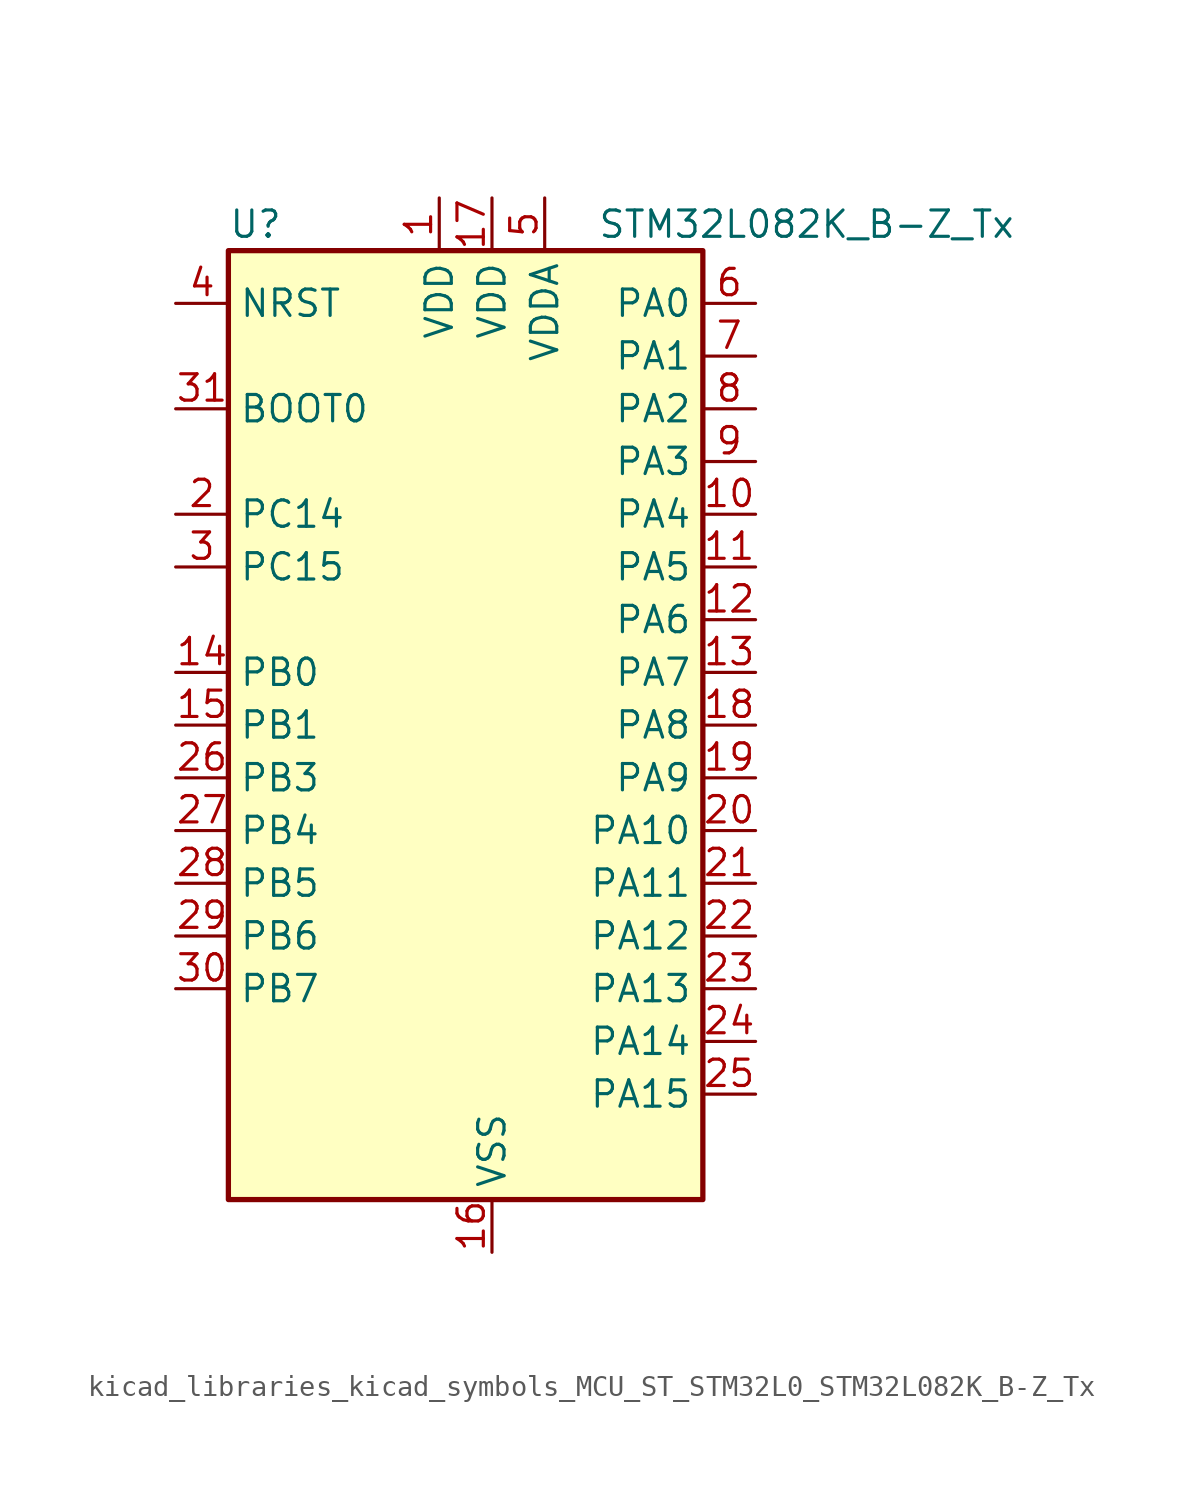
<source format=kicad_sym>
(kicad_symbol_lib
  (version 20220914)
  (generator kicad_symbol_editor)
  (symbol "kicad_libraries_kicad_symbols_MCU_ST_STM32L0_STM32L082K_B-Z_Tx"
    (property "Reference" "U"
      (at -10.16 24.13 0)
      (effects (font (size 1.27 1.27)) (justify left)))
    (property "Value" "STM32L082K_B-Z_Tx"
      (at 7.62 24.13 0)
      (effects (font (size 1.27 1.27)) (justify left)))
    (property "ki_locked" ""
      (at 0 0 0)
      (effects (font (size 1.27 1.27))))
    (symbol "kicad_libraries_kicad_symbols_MCU_ST_STM32L0_STM32L082K_B-Z_Tx_0_1"
      (rectangle (start -10.16 -22.86) (end 12.7 22.86) (stroke (width 0.254) (type default)) (fill (type background))))
    (symbol "kicad_libraries_kicad_symbols_MCU_ST_STM32L0_STM32L082K_B-Z_Tx_1_1"
      (pin power_in line (at 0 25.4 270) (length 2.54) (name "VDD" (effects (font (size 1.27 1.27)))) (number "1" (effects (font (size 1.27 1.27)))))
      (pin bidirectional line (at 15.24 10.16 180) (length 2.54) (name "PA4" (effects (font (size 1.27 1.27)))) (number "10" (effects (font (size 1.27 1.27)))) (alternate "ADC_IN4" bidirectional line) (alternate "COMP1_INM" bidirectional line) (alternate "COMP2_INM" bidirectional line) (alternate "DAC_OUT1" bidirectional line) (alternate "SPI1_NSS" bidirectional line) (alternate "TIM22_ETR" bidirectional line) (alternate "TSC_G2_IO1" bidirectional line) (alternate "USART2_CK" bidirectional line))
      (pin bidirectional line (at 15.24 7.62 180) (length 2.54) (name "PA5" (effects (font (size 1.27 1.27)))) (number "11" (effects (font (size 1.27 1.27)))) (alternate "ADC_IN5" bidirectional line) (alternate "COMP1_INM" bidirectional line) (alternate "COMP2_INM" bidirectional line) (alternate "DAC_OUT2" bidirectional line) (alternate "SPI1_SCK" bidirectional line) (alternate "TIM2_CH1" bidirectional line) (alternate "TIM2_ETR" bidirectional line) (alternate "TSC_G2_IO2" bidirectional line))
      (pin bidirectional line (at 15.24 5.08 180) (length 2.54) (name "PA6" (effects (font (size 1.27 1.27)))) (number "12" (effects (font (size 1.27 1.27)))) (alternate "ADC_IN6" bidirectional line) (alternate "COMP1_OUT" bidirectional line) (alternate "LPUART1_CTS" bidirectional line) (alternate "SPI1_MISO" bidirectional line) (alternate "TIM22_CH1" bidirectional line) (alternate "TIM3_CH1" bidirectional line) (alternate "TSC_G2_IO3" bidirectional line))
      (pin bidirectional line (at 15.24 2.54 180) (length 2.54) (name "PA7" (effects (font (size 1.27 1.27)))) (number "13" (effects (font (size 1.27 1.27)))) (alternate "ADC_IN7" bidirectional line) (alternate "COMP2_OUT" bidirectional line) (alternate "SPI1_MOSI" bidirectional line) (alternate "TIM22_CH2" bidirectional line) (alternate "TIM3_CH2" bidirectional line) (alternate "TSC_G2_IO4" bidirectional line))
      (pin bidirectional line (at -12.7 2.54 0) (length 2.54) (name "PB0" (effects (font (size 1.27 1.27)))) (number "14" (effects (font (size 1.27 1.27)))) (alternate "ADC_IN8" bidirectional line) (alternate "SYS_VREF_OUT_PB0" bidirectional line) (alternate "TIM3_CH3" bidirectional line) (alternate "TSC_G3_IO2" bidirectional line))
      (pin bidirectional line (at -12.7 0 0) (length 2.54) (name "PB1" (effects (font (size 1.27 1.27)))) (number "15" (effects (font (size 1.27 1.27)))) (alternate "ADC_IN9" bidirectional line) (alternate "LPUART1_DE" bidirectional line) (alternate "LPUART1_RTS" bidirectional line) (alternate "SYS_VREF_OUT_PB1" bidirectional line) (alternate "TIM3_CH4" bidirectional line) (alternate "TSC_G3_IO3" bidirectional line))
      (pin power_in line (at 2.54 -25.4 90) (length 2.54) (name "VSS" (effects (font (size 1.27 1.27)))) (number "16" (effects (font (size 1.27 1.27)))))
      (pin power_in line (at 2.54 25.4 270) (length 2.54) (name "VDD" (effects (font (size 1.27 1.27)))) (number "17" (effects (font (size 1.27 1.27)))))
      (pin bidirectional line (at 15.24 0 180) (length 2.54) (name "PA8" (effects (font (size 1.27 1.27)))) (number "18" (effects (font (size 1.27 1.27)))) (alternate "CRS_SYNC" bidirectional line) (alternate "I2C3_SCL" bidirectional line) (alternate "RCC_MCO" bidirectional line) (alternate "USART1_CK" bidirectional line))
      (pin bidirectional line (at 15.24 -2.54 180) (length 2.54) (name "PA9" (effects (font (size 1.27 1.27)))) (number "19" (effects (font (size 1.27 1.27)))) (alternate "DAC_EXTI9" bidirectional line) (alternate "I2C1_SCL" bidirectional line) (alternate "I2C3_SMBA" bidirectional line) (alternate "RCC_MCO" bidirectional line) (alternate "TSC_G4_IO1" bidirectional line) (alternate "USART1_TX" bidirectional line))
      (pin bidirectional line (at -12.7 10.16 0) (length 2.54) (name "PC14" (effects (font (size 1.27 1.27)))) (number "2" (effects (font (size 1.27 1.27)))) (alternate "RCC_OSC32_IN" bidirectional line))
      (pin bidirectional line (at 15.24 -5.08 180) (length 2.54) (name "PA10" (effects (font (size 1.27 1.27)))) (number "20" (effects (font (size 1.27 1.27)))) (alternate "I2C1_SDA" bidirectional line) (alternate "TSC_G4_IO2" bidirectional line) (alternate "USART1_RX" bidirectional line))
      (pin bidirectional line (at 15.24 -7.62 180) (length 2.54) (name "PA11" (effects (font (size 1.27 1.27)))) (number "21" (effects (font (size 1.27 1.27)))) (alternate "ADC_EXTI11" bidirectional line) (alternate "COMP1_OUT" bidirectional line) (alternate "SPI1_MISO" bidirectional line) (alternate "TSC_G4_IO3" bidirectional line) (alternate "USART1_CTS" bidirectional line) (alternate "USB_DM" bidirectional line))
      (pin bidirectional line (at 15.24 -10.16 180) (length 2.54) (name "PA12" (effects (font (size 1.27 1.27)))) (number "22" (effects (font (size 1.27 1.27)))) (alternate "COMP2_OUT" bidirectional line) (alternate "SPI1_MOSI" bidirectional line) (alternate "TSC_G4_IO4" bidirectional line) (alternate "USART1_DE" bidirectional line) (alternate "USART1_RTS" bidirectional line) (alternate "USB_DP" bidirectional line))
      (pin bidirectional line (at 15.24 -12.7 180) (length 2.54) (name "PA13" (effects (font (size 1.27 1.27)))) (number "23" (effects (font (size 1.27 1.27)))) (alternate "LPUART1_RX" bidirectional line) (alternate "SYS_SWDIO" bidirectional line) (alternate "USB_NOE" bidirectional line))
      (pin bidirectional line (at 15.24 -15.24 180) (length 2.54) (name "PA14" (effects (font (size 1.27 1.27)))) (number "24" (effects (font (size 1.27 1.27)))) (alternate "LPUART1_TX" bidirectional line) (alternate "SYS_SWCLK" bidirectional line) (alternate "USART2_TX" bidirectional line))
      (pin bidirectional line (at 15.24 -17.78 180) (length 2.54) (name "PA15" (effects (font (size 1.27 1.27)))) (number "25" (effects (font (size 1.27 1.27)))) (alternate "SPI1_NSS" bidirectional line) (alternate "TIM2_CH1" bidirectional line) (alternate "TIM2_ETR" bidirectional line) (alternate "USART2_RX" bidirectional line) (alternate "USART4_DE" bidirectional line) (alternate "USART4_RTS" bidirectional line))
      (pin bidirectional line (at -12.7 -2.54 0) (length 2.54) (name "PB3" (effects (font (size 1.27 1.27)))) (number "26" (effects (font (size 1.27 1.27)))) (alternate "COMP2_INM" bidirectional line) (alternate "SPI1_SCK" bidirectional line) (alternate "TIM2_CH2" bidirectional line) (alternate "TSC_G5_IO1" bidirectional line) (alternate "USART1_DE" bidirectional line) (alternate "USART1_RTS" bidirectional line) (alternate "USART5_TX" bidirectional line))
      (pin bidirectional line (at -12.7 -5.08 0) (length 2.54) (name "PB4" (effects (font (size 1.27 1.27)))) (number "27" (effects (font (size 1.27 1.27)))) (alternate "COMP2_INP" bidirectional line) (alternate "I2C3_SDA" bidirectional line) (alternate "SPI1_MISO" bidirectional line) (alternate "TIM22_CH1" bidirectional line) (alternate "TIM3_CH1" bidirectional line) (alternate "TSC_G5_IO2" bidirectional line) (alternate "USART1_CTS" bidirectional line) (alternate "USART5_RX" bidirectional line))
      (pin bidirectional line (at -12.7 -7.62 0) (length 2.54) (name "PB5" (effects (font (size 1.27 1.27)))) (number "28" (effects (font (size 1.27 1.27)))) (alternate "COMP2_INP" bidirectional line) (alternate "I2C1_SMBA" bidirectional line) (alternate "LPTIM1_IN1" bidirectional line) (alternate "SPI1_MOSI" bidirectional line) (alternate "TIM22_CH2" bidirectional line) (alternate "TIM3_CH2" bidirectional line) (alternate "USART1_CK" bidirectional line) (alternate "USART5_CK" bidirectional line) (alternate "USART5_DE" bidirectional line) (alternate "USART5_RTS" bidirectional line))
      (pin bidirectional line (at -12.7 -10.16 0) (length 2.54) (name "PB6" (effects (font (size 1.27 1.27)))) (number "29" (effects (font (size 1.27 1.27)))) (alternate "COMP2_INP" bidirectional line) (alternate "I2C1_SCL" bidirectional line) (alternate "LPTIM1_ETR" bidirectional line) (alternate "TSC_G5_IO3" bidirectional line) (alternate "USART1_TX" bidirectional line))
      (pin bidirectional line (at -12.7 7.62 0) (length 2.54) (name "PC15" (effects (font (size 1.27 1.27)))) (number "3" (effects (font (size 1.27 1.27)))) (alternate "RCC_OSC32_OUT" bidirectional line))
      (pin bidirectional line (at -12.7 -12.7 0) (length 2.54) (name "PB7" (effects (font (size 1.27 1.27)))) (number "30" (effects (font (size 1.27 1.27)))) (alternate "COMP2_INP" bidirectional line) (alternate "I2C1_SDA" bidirectional line) (alternate "LPTIM1_IN2" bidirectional line) (alternate "SYS_PVD_IN" bidirectional line) (alternate "TSC_G5_IO4" bidirectional line) (alternate "USART1_RX" bidirectional line) (alternate "USART4_CTS" bidirectional line))
      (pin input line (at -12.7 15.24 0) (length 2.54) (name "BOOT0" (effects (font (size 1.27 1.27)))) (number "31" (effects (font (size 1.27 1.27)))))
      (pin passive line (at 2.54 -25.4 90) (length 2.54) hide (name "VSS" (effects (font (size 1.27 1.27)))) (number "32" (effects (font (size 1.27 1.27)))))
      (pin input line (at -12.7 20.32 0) (length 2.54) (name "NRST" (effects (font (size 1.27 1.27)))) (number "4" (effects (font (size 1.27 1.27)))))
      (pin power_in line (at 5.08 25.4 270) (length 2.54) (name "VDDA" (effects (font (size 1.27 1.27)))) (number "5" (effects (font (size 1.27 1.27)))))
      (pin bidirectional line (at 15.24 20.32 180) (length 2.54) (name "PA0" (effects (font (size 1.27 1.27)))) (number "6" (effects (font (size 1.27 1.27)))) (alternate "ADC_IN0" bidirectional line) (alternate "COMP1_INM" bidirectional line) (alternate "COMP1_OUT" bidirectional line) (alternate "RTC_TAMP2" bidirectional line) (alternate "SYS_WKUP1" bidirectional line) (alternate "TIM2_CH1" bidirectional line) (alternate "TIM2_ETR" bidirectional line) (alternate "TSC_G1_IO1" bidirectional line) (alternate "USART2_CTS" bidirectional line) (alternate "USART4_TX" bidirectional line))
      (pin bidirectional line (at 15.24 17.78 180) (length 2.54) (name "PA1" (effects (font (size 1.27 1.27)))) (number "7" (effects (font (size 1.27 1.27)))) (alternate "ADC_IN1" bidirectional line) (alternate "COMP1_INP" bidirectional line) (alternate "TIM21_ETR" bidirectional line) (alternate "TIM2_CH2" bidirectional line) (alternate "TSC_G1_IO2" bidirectional line) (alternate "USART2_DE" bidirectional line) (alternate "USART2_RTS" bidirectional line) (alternate "USART4_RX" bidirectional line))
      (pin bidirectional line (at 15.24 15.24 180) (length 2.54) (name "PA2" (effects (font (size 1.27 1.27)))) (number "8" (effects (font (size 1.27 1.27)))) (alternate "ADC_IN2" bidirectional line) (alternate "COMP2_INM" bidirectional line) (alternate "COMP2_OUT" bidirectional line) (alternate "LPUART1_TX" bidirectional line) (alternate "TIM21_CH1" bidirectional line) (alternate "TIM2_CH3" bidirectional line) (alternate "TSC_G1_IO3" bidirectional line) (alternate "USART2_TX" bidirectional line))
      (pin bidirectional line (at 15.24 12.7 180) (length 2.54) (name "PA3" (effects (font (size 1.27 1.27)))) (number "9" (effects (font (size 1.27 1.27)))) (alternate "ADC_IN3" bidirectional line) (alternate "COMP2_INP" bidirectional line) (alternate "LPUART1_RX" bidirectional line) (alternate "TIM21_CH2" bidirectional line) (alternate "TIM2_CH4" bidirectional line) (alternate "TSC_G1_IO4" bidirectional line) (alternate "USART2_RX" bidirectional line)))))
</source>
